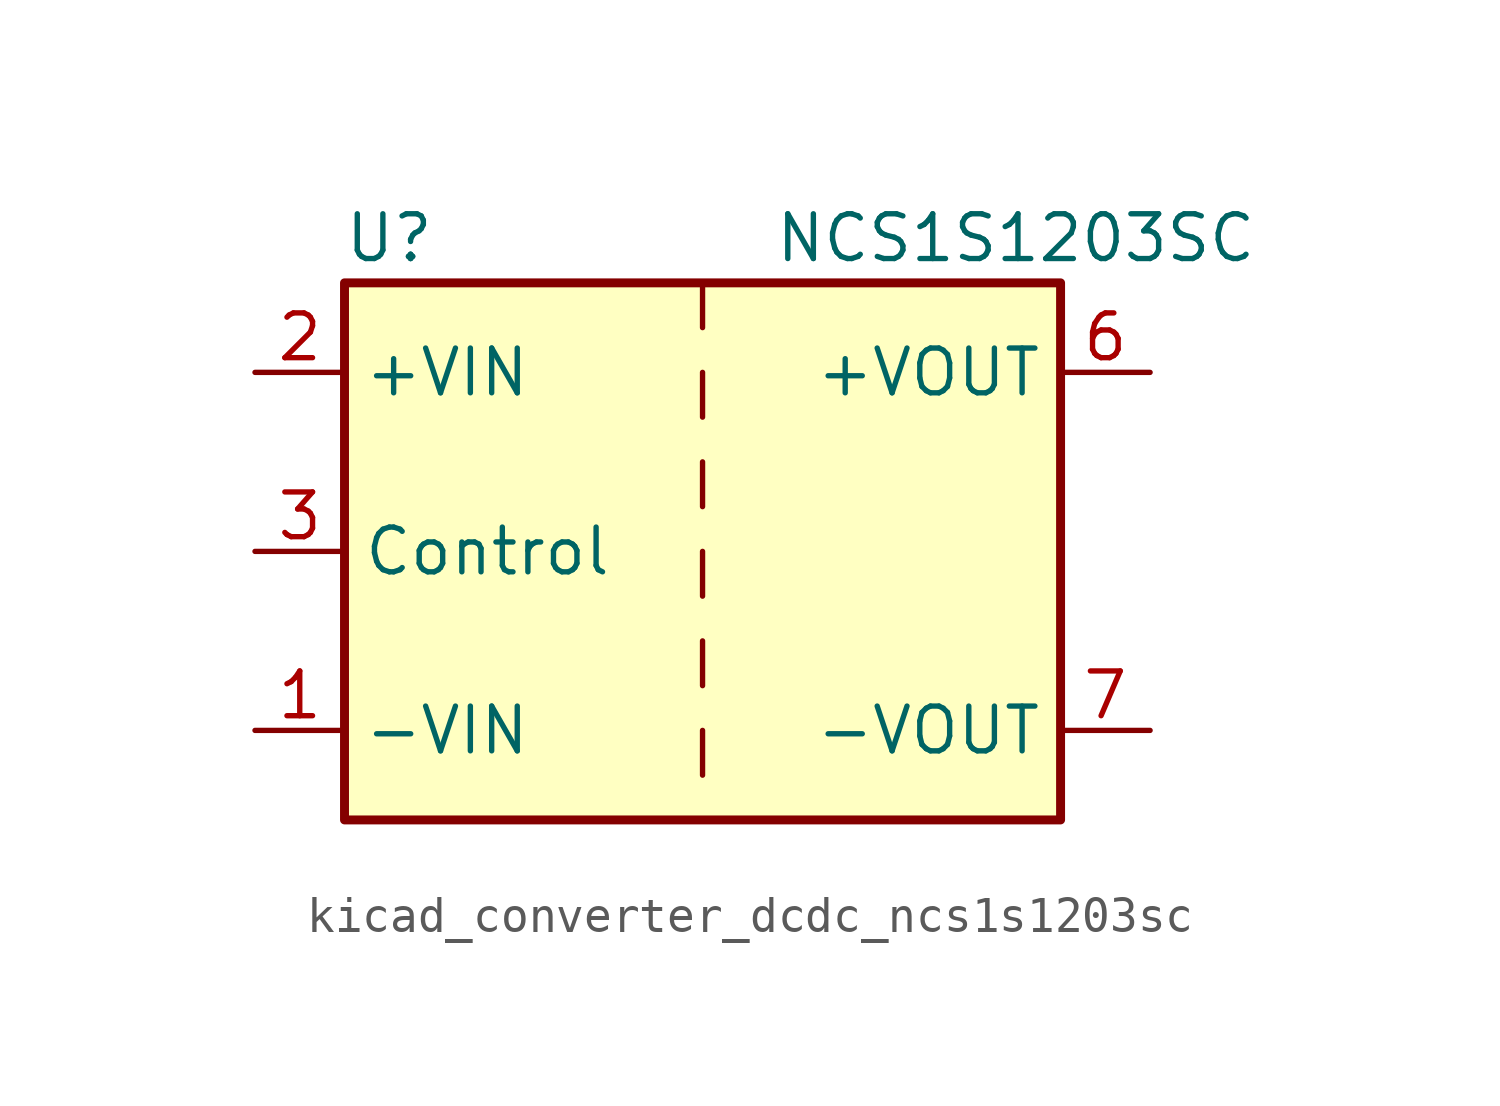
<source format=kicad_sym>
(kicad_symbol_lib
  (version 20220914)
  (generator kicad_symbol_editor)
  (symbol "kicad_converter_dcdc_ncs1s1203sc"
    (property "Reference" "U"
      (at -8.89 8.89 0)
      (effects (font (size 1.27 1.27))))
    (property "Value" "NCS1S1203SC"
      (at 8.89 8.89 0)
      (effects (font (size 1.27 1.27))))
    (symbol "kicad_converter_dcdc_ncs1s1203sc_0_1"
      (rectangle (start -10.16 7.62) (end 10.16 -7.62) (stroke (width 0.254) (type default)) (fill (type background)))
      (polyline (pts (xy 0 -5.08) (xy 0 -6.35)) (stroke (width 0) (type default)) (fill (type none)))
      (polyline (pts (xy 0 -2.54) (xy 0 -3.81)) (stroke (width 0) (type default)) (fill (type none)))
      (polyline (pts (xy 0 0) (xy 0 -1.27)) (stroke (width 0) (type default)) (fill (type none)))
      (polyline (pts (xy 0 2.54) (xy 0 1.27)) (stroke (width 0) (type default)) (fill (type none)))
      (polyline (pts (xy 0 5.08) (xy 0 3.81)) (stroke (width 0) (type default)) (fill (type none)))
      (polyline (pts (xy 0 7.62) (xy 0 6.35)) (stroke (width 0) (type default)) (fill (type none))))
    (symbol "kicad_converter_dcdc_ncs1s1203sc_1_1"
      (pin power_in line (at -12.7 -5.08 0) (length 2.54) (name "-VIN" (effects (font (size 1.27 1.27)))) (number "1" (effects (font (size 1.27 1.27)))))
      (pin power_in line (at -12.7 5.08 0) (length 2.54) (name "+VIN" (effects (font (size 1.27 1.27)))) (number "2" (effects (font (size 1.27 1.27)))))
      (pin input line (at -12.7 0 0) (length 2.54) (name "Control" (effects (font (size 1.27 1.27)))) (number "3" (effects (font (size 1.27 1.27)))))
      (pin power_out line (at 12.7 5.08 180) (length 2.54) (name "+VOUT" (effects (font (size 1.27 1.27)))) (number "6" (effects (font (size 1.27 1.27)))))
      (pin power_out line (at 12.7 -5.08 180) (length 2.54) (name "-VOUT" (effects (font (size 1.27 1.27)))) (number "7" (effects (font (size 1.27 1.27))))))))
</source>
